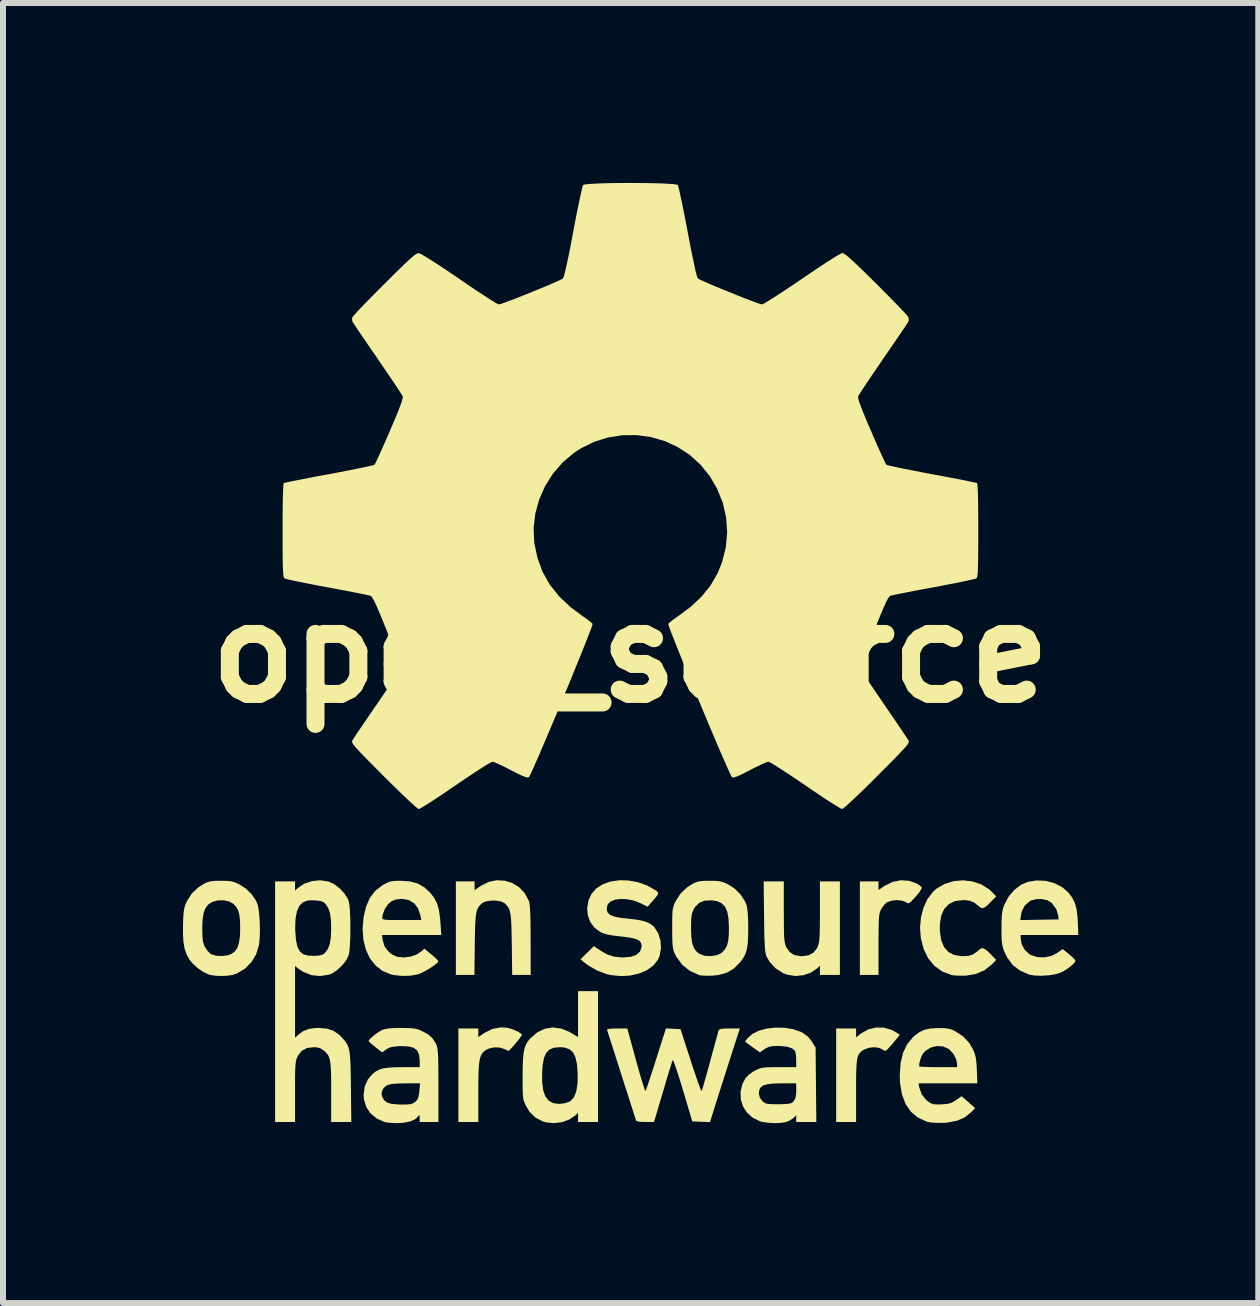
<source format=kicad_pcb>
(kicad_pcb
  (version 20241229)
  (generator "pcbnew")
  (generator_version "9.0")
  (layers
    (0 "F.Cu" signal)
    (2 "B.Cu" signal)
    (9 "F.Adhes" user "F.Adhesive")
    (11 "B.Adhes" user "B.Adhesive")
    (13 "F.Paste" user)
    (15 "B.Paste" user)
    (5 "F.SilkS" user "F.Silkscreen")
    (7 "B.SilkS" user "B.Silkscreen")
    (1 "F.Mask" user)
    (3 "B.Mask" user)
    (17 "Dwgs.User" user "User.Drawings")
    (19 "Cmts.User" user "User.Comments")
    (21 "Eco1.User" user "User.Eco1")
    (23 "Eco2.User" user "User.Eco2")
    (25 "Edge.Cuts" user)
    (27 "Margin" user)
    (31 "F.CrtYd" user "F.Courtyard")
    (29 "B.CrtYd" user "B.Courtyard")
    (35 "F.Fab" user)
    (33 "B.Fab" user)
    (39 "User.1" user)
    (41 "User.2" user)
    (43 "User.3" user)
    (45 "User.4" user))
  (footprint "open_source"
    (layer "F.Cu")
    (at 7.46 7.84)
    (property "Reference" "open_source" (at 0 0 0) (layer "F.SilkS") (effects (font (size 1.5 1.5) (thickness 0.3))))
    (attr board_only exclude_from_pos_files exclude_from_bom)
    (fp_poly (pts (xy 4.226 6.242) (xy 4.356 6.28) (xy 4.433 6.323) (xy 4.49 6.363) (xy 4.381 6.497) (xy 4.328 6.558) (xy 4.284 6.604) (xy 4.255 6.628) (xy 4.251 6.63) (xy 4.219 6.618) (xy 4.19 6.599) (xy 4.13 6.575) (xy 4.05 6.569) (xy 3.966 6.58) (xy 3.895 6.608) (xy 3.893 6.609) (xy 3.855 6.634) (xy 3.826 6.661) (xy 3.803 6.694) (xy 3.786 6.74) (xy 3.775 6.802) (xy 3.768 6.887) (xy 3.764 6.999) (xy 3.762 7.142) (xy 3.762 7.295) (xy 3.762 7.815) (xy 3.596 7.815) (xy 3.43 7.815) (xy 3.43 7.036) (xy 3.43 6.256) (xy 3.596 6.256) (xy 3.762 6.256) (xy 3.762 6.33) (xy 3.762 6.404) (xy 3.84 6.342) (xy 3.959 6.274) (xy 4.09 6.24)) (stroke (width 0) (type solid)) (fill yes) (layer "F.SilkS"))
    (fp_poly (pts (xy -2.053 6.244) (xy -1.993 6.26) (xy -1.926 6.285) (xy -1.865 6.315) (xy -1.822 6.343) (xy -1.808 6.362) (xy -1.821 6.385) (xy -1.853 6.429) (xy -1.897 6.484) (xy -1.945 6.54) (xy -1.99 6.59) (xy -2.022 6.622) (xy -2.034 6.63) (xy -2.06 6.62) (xy -2.099 6.599) (xy -2.179 6.574) (xy -2.273 6.571) (xy -2.364 6.592) (xy -2.401 6.61) (xy -2.44 6.637) (xy -2.471 6.669) (xy -2.494 6.711) (xy -2.511 6.767) (xy -2.523 6.842) (xy -2.53 6.942) (xy -2.534 7.071) (xy -2.536 7.235) (xy -2.536 7.317) (xy -2.536 7.815) (xy -2.702 7.815) (xy -2.868 7.815) (xy -2.868 7.036) (xy -2.868 6.256) (xy -2.702 6.256) (xy -2.536 6.256) (xy -2.536 6.328) (xy -2.536 6.399) (xy -2.432 6.329) (xy -2.299 6.263) (xy -2.157 6.238)) (stroke (width 0) (type solid)) (fill yes) (layer "F.SilkS"))
    (fp_poly (pts (xy 4.65 3.795) (xy 4.776 3.84) (xy 4.825 3.872) (xy 4.855 3.902) (xy 4.858 3.91) (xy 4.847 3.938) (xy 4.814 3.987) (xy 4.765 4.047) (xy 4.752 4.062) (xy 4.696 4.122) (xy 4.66 4.157) (xy 4.635 4.169) (xy 4.613 4.164) (xy 4.592 4.15) (xy 4.528 4.125) (xy 4.443 4.116) (xy 4.355 4.125) (xy 4.282 4.15) (xy 4.279 4.151) (xy 4.232 4.193) (xy 4.188 4.254) (xy 4.177 4.272) (xy 4.164 4.302) (xy 4.154 4.335) (xy 4.147 4.378) (xy 4.142 4.434) (xy 4.139 4.511) (xy 4.137 4.615) (xy 4.136 4.75) (xy 4.136 4.86) (xy 4.136 5.363) (xy 3.98 5.363) (xy 3.825 5.363) (xy 3.825 4.583) (xy 3.825 3.804) (xy 3.98 3.804) (xy 4.136 3.804) (xy 4.136 3.875) (xy 4.136 3.946) (xy 4.241 3.876) (xy 4.371 3.812) (xy 4.51 3.785)) (stroke (width 0) (type solid)) (fill yes) (layer "F.SilkS"))
    (fp_poly (pts (xy -2.098 3.792) (xy -1.971 3.831) (xy -1.856 3.901) (xy -1.763 3.999) (xy -1.696 4.123) (xy -1.693 4.131) (xy -1.683 4.169) (xy -1.676 4.229) (xy -1.671 4.315) (xy -1.667 4.431) (xy -1.665 4.58) (xy -1.664 4.766) (xy -1.664 4.786) (xy -1.663 5.363) (xy -1.817 5.363) (xy -1.971 5.363) (xy -1.978 4.848) (xy -1.981 4.677) (xy -1.984 4.542) (xy -1.99 4.438) (xy -1.998 4.359) (xy -2.01 4.3) (xy -2.026 4.255) (xy -2.048 4.22) (xy -2.077 4.188) (xy -2.099 4.167) (xy -2.155 4.139) (xy -2.234 4.125) (xy -2.323 4.124) (xy -2.405 4.136) (xy -2.466 4.162) (xy -2.473 4.167) (xy -2.507 4.2) (xy -2.533 4.232) (xy -2.553 4.27) (xy -2.568 4.32) (xy -2.578 4.385) (xy -2.585 4.473) (xy -2.59 4.588) (xy -2.593 4.735) (xy -2.595 4.848) (xy -2.601 5.363) (xy -2.756 5.363) (xy -2.91 5.363) (xy -2.91 4.583) (xy -2.91 3.804) (xy -2.754 3.804) (xy -2.598 3.804) (xy -2.598 3.877) (xy -2.598 3.95) (xy -2.494 3.878) (xy -2.366 3.813) (xy -2.232 3.785)) (stroke (width 0) (type solid)) (fill yes) (layer "F.SilkS"))
    (fp_poly (pts (xy 2.557 4.308) (xy 2.558 4.469) (xy 2.559 4.594) (xy 2.561 4.689) (xy 2.565 4.76) (xy 2.571 4.812) (xy 2.58 4.851) (xy 2.591 4.884) (xy 2.597 4.899) (xy 2.653 4.981) (xy 2.732 5.031) (xy 2.838 5.051) (xy 2.858 5.051) (xy 2.969 5.036) (xy 3.052 4.992) (xy 3.111 4.915) (xy 3.119 4.899) (xy 3.132 4.867) (xy 3.141 4.832) (xy 3.148 4.786) (xy 3.153 4.725) (xy 3.156 4.642) (xy 3.158 4.532) (xy 3.159 4.389) (xy 3.159 4.308) (xy 3.159 3.804) (xy 3.326 3.804) (xy 3.492 3.804) (xy 3.492 4.583) (xy 3.492 5.363) (xy 3.326 5.363) (xy 3.159 5.363) (xy 3.159 5.286) (xy 3.159 5.21) (xy 3.113 5.254) (xy 3.006 5.326) (xy 2.881 5.369) (xy 2.746 5.381) (xy 2.613 5.359) (xy 2.546 5.334) (xy 2.421 5.254) (xy 2.322 5.148) (xy 2.272 5.061) (xy 2.261 5.032) (xy 2.252 4.996) (xy 2.245 4.948) (xy 2.24 4.884) (xy 2.236 4.797) (xy 2.232 4.683) (xy 2.23 4.537) (xy 2.228 4.391) (xy 2.221 3.804) (xy 2.389 3.804) (xy 2.557 3.804)) (stroke (width 0) (type solid)) (fill yes) (layer "F.SilkS"))
    (fp_poly (pts (xy 5.7 3.804) (xy 5.847 3.853) (xy 5.976 3.933) (xy 6.027 3.98) (xy 6.098 4.053) (xy 6.016 4.138) (xy 5.95 4.204) (xy 5.902 4.24) (xy 5.864 4.25) (xy 5.829 4.236) (xy 5.802 4.213) (xy 5.733 4.158) (xy 5.663 4.128) (xy 5.577 4.116) (xy 5.54 4.116) (xy 5.412 4.132) (xy 5.309 4.181) (xy 5.232 4.262) (xy 5.182 4.374) (xy 5.159 4.516) (xy 5.159 4.636) (xy 5.181 4.784) (xy 5.229 4.899) (xy 5.302 4.982) (xy 5.401 5.032) (xy 5.527 5.051) (xy 5.538 5.051) (xy 5.635 5.045) (xy 5.708 5.023) (xy 5.775 4.978) (xy 5.802 4.953) (xy 5.84 4.924) (xy 5.875 4.917) (xy 5.914 4.934) (xy 5.967 4.979) (xy 6.016 5.028) (xy 6.098 5.113) (xy 6.027 5.187) (xy 5.904 5.284) (xy 5.759 5.347) (xy 5.592 5.375) (xy 5.573 5.376) (xy 5.487 5.376) (xy 5.409 5.373) (xy 5.355 5.366) (xy 5.352 5.365) (xy 5.197 5.305) (xy 5.068 5.212) (xy 4.965 5.088) (xy 4.889 4.934) (xy 4.842 4.752) (xy 4.841 4.746) (xy 4.828 4.572) (xy 4.844 4.4) (xy 4.887 4.239) (xy 4.954 4.096) (xy 5.043 3.978) (xy 5.102 3.925) (xy 5.238 3.846) (xy 5.388 3.8) (xy 5.545 3.786)) (stroke (width 0) (type solid)) (fill yes) (layer "F.SilkS"))
    (fp_poly (pts (xy -0.54 6.724) (xy -0.54 7.815) (xy -0.707 7.815) (xy -0.873 7.815) (xy -0.873 7.739) (xy -0.873 7.663) (xy -0.92 7.707) (xy -1.02 7.774) (xy -1.142 7.818) (xy -1.275 7.834) (xy -1.405 7.822) (xy -1.46 7.807) (xy -1.583 7.742) (xy -1.681 7.646) (xy -1.739 7.551) (xy -1.76 7.507) (xy -1.775 7.468) (xy -1.786 7.427) (xy -1.792 7.377) (xy -1.796 7.309) (xy -1.797 7.216) (xy -1.798 7.091) (xy -1.797 7.057) (xy -1.797 6.984) (xy -1.472 6.984) (xy -1.471 7.153) (xy -1.454 7.287) (xy -1.419 7.387) (xy -1.366 7.456) (xy -1.294 7.498) (xy -1.282 7.502) (xy -1.192 7.514) (xy -1.096 7.503) (xy -1.014 7.474) (xy -0.998 7.464) (xy -0.941 7.402) (xy -0.903 7.306) (xy -0.882 7.176) (xy -0.879 7.009) (xy -0.879 7.005) (xy -0.891 6.853) (xy -0.916 6.738) (xy -0.957 6.655) (xy -1.016 6.602) (xy -1.096 6.574) (xy -1.173 6.568) (xy -1.273 6.577) (xy -1.349 6.607) (xy -1.404 6.662) (xy -1.441 6.747) (xy -1.463 6.864) (xy -1.472 6.984) (xy -1.797 6.984) (xy -1.796 6.894) (xy -1.791 6.766) (xy -1.782 6.667) (xy -1.766 6.589) (xy -1.743 6.527) (xy -1.712 6.473) (xy -1.67 6.422) (xy -1.668 6.42) (xy -1.554 6.321) (xy -1.427 6.26) (xy -1.292 6.239) (xy -1.151 6.258) (xy -1.009 6.317) (xy -0.99 6.329) (xy -0.873 6.399) (xy -0.873 6.016) (xy -0.873 5.633) (xy -0.707 5.633) (xy -0.54 5.633)) (stroke (width 0) (type solid)) (fill yes) (layer "F.SilkS"))
    (fp_poly (pts (xy 6.924 3.795) (xy 7.069 3.834) (xy 7.198 3.9) (xy 7.297 3.985) (xy 7.363 4.071) (xy 7.408 4.159) (xy 7.437 4.262) (xy 7.453 4.388) (xy 7.458 4.474) (xy 7.467 4.698) (xy 6.986 4.698) (xy 6.506 4.698) (xy 6.506 4.761) (xy 6.525 4.857) (xy 6.576 4.948) (xy 6.651 5.018) (xy 6.676 5.032) (xy 6.787 5.067) (xy 6.909 5.07) (xy 7.029 5.041) (xy 7.115 4.996) (xy 7.206 4.932) (xy 7.312 5.017) (xy 7.367 5.065) (xy 7.405 5.104) (xy 7.419 5.127) (xy 7.404 5.158) (xy 7.361 5.202) (xy 7.3 5.25) (xy 7.232 5.295) (xy 7.173 5.325) (xy 7.085 5.352) (xy 6.973 5.37) (xy 6.853 5.377) (xy 6.74 5.374) (xy 6.65 5.358) (xy 6.641 5.356) (xy 6.492 5.289) (xy 6.373 5.197) (xy 6.282 5.075) (xy 6.231 4.969) (xy 6.211 4.914) (xy 6.198 4.859) (xy 6.19 4.793) (xy 6.186 4.708) (xy 6.186 4.591) (xy 6.186 4.583) (xy 6.187 4.465) (xy 6.188 4.449) (xy 6.5 4.449) (xy 6.82 4.443) (xy 7.14 4.438) (xy 7.132 4.375) (xy 7.099 4.265) (xy 7.026 4.167) (xy 7.017 4.158) (xy 6.948 4.118) (xy 6.857 4.098) (xy 6.762 4.1) (xy 6.677 4.124) (xy 6.658 4.134) (xy 6.574 4.207) (xy 6.525 4.301) (xy 6.512 4.365) (xy 6.5 4.449) (xy 6.188 4.449) (xy 6.191 4.377) (xy 6.199 4.31) (xy 6.212 4.253) (xy 6.233 4.195) (xy 6.235 4.189) (xy 6.304 4.059) (xy 6.399 3.947) (xy 6.511 3.861) (xy 6.621 3.813) (xy 6.771 3.788)) (stroke (width 0) (type solid)) (fill yes) (layer "F.SilkS"))
    (fp_poly (pts (xy -3.669 3.805) (xy -3.541 3.841) (xy -3.431 3.906) (xy -3.337 3.994) (xy -3.272 4.078) (xy -3.225 4.168) (xy -3.194 4.274) (xy -3.174 4.407) (xy -3.167 4.494) (xy -3.153 4.698) (xy -3.647 4.698) (xy -4.142 4.698) (xy -4.13 4.784) (xy -4.099 4.888) (xy -4.032 4.975) (xy -3.97 5.025) (xy -3.883 5.062) (xy -3.778 5.072) (xy -3.666 5.058) (xy -3.562 5.022) (xy -3.48 4.966) (xy -3.436 4.925) (xy -3.318 5.022) (xy -3.261 5.071) (xy -3.22 5.111) (xy -3.201 5.134) (xy -3.201 5.135) (xy -3.218 5.16) (xy -3.263 5.198) (xy -3.326 5.241) (xy -3.398 5.285) (xy -3.469 5.323) (xy -3.531 5.349) (xy -3.541 5.353) (xy -3.667 5.376) (xy -3.809 5.38) (xy -3.947 5.365) (xy -3.995 5.354) (xy -4.133 5.297) (xy -4.249 5.206) (xy -4.343 5.087) (xy -4.411 4.942) (xy -4.452 4.775) (xy -4.465 4.591) (xy -4.449 4.404) (xy -4.449 4.401) (xy -4.136 4.401) (xy -4.135 4.419) (xy -4.128 4.432) (xy -4.108 4.44) (xy -4.07 4.445) (xy -4.007 4.447) (xy -3.914 4.448) (xy -3.812 4.448) (xy -3.487 4.448) (xy -3.502 4.37) (xy -3.541 4.254) (xy -3.606 4.168) (xy -3.697 4.114) (xy -3.81 4.095) (xy -3.817 4.095) (xy -3.923 4.109) (xy -3.987 4.137) (xy -4.045 4.19) (xy -4.095 4.267) (xy -4.128 4.35) (xy -4.136 4.401) (xy -4.449 4.401) (xy -4.408 4.226) (xy -4.344 4.079) (xy -4.255 3.962) (xy -4.139 3.871) (xy -4.112 3.855) (xy -4.051 3.824) (xy -3.998 3.805) (xy -3.936 3.796) (xy -3.852 3.794) (xy -3.825 3.794)) (stroke (width 0) (type solid)) (fill yes) (layer "F.SilkS"))
    (fp_poly (pts (xy -0.031 3.789) (xy 0.124 3.817) (xy 0.276 3.871) (xy 0.416 3.95) (xy 0.421 3.953) (xy 0.45 3.976) (xy 0.463 3.997) (xy 0.456 4.024) (xy 0.427 4.065) (xy 0.374 4.127) (xy 0.356 4.147) (xy 0.287 4.226) (xy 0.169 4.168) (xy 0.06 4.125) (xy -0.052 4.102) (xy -0.159 4.096) (xy -0.254 4.108) (xy -0.329 4.137) (xy -0.376 4.183) (xy -0.386 4.208) (xy -0.395 4.273) (xy -0.38 4.324) (xy -0.34 4.362) (xy -0.269 4.391) (xy -0.164 4.411) (xy -0.037 4.425) (xy 0.112 4.443) (xy 0.227 4.467) (xy 0.313 4.5) (xy 0.376 4.544) (xy 0.398 4.565) (xy 0.464 4.671) (xy 0.502 4.795) (xy 0.509 4.925) (xy 0.485 5.05) (xy 0.457 5.113) (xy 0.381 5.208) (xy 0.274 5.285) (xy 0.143 5.34) (xy -0.006 5.374) (xy -0.164 5.383) (xy -0.326 5.366) (xy -0.393 5.351) (xy -0.548 5.293) (xy -0.696 5.21) (xy -0.765 5.159) (xy -0.833 5.103) (xy -0.721 4.993) (xy -0.61 4.883) (xy -0.501 4.956) (xy -0.389 5.021) (xy -0.279 5.057) (xy -0.155 5.071) (xy -0.119 5.072) (xy 0.008 5.06) (xy 0.102 5.027) (xy 0.162 4.971) (xy 0.186 4.894) (xy 0.187 4.877) (xy 0.178 4.83) (xy 0.148 4.793) (xy 0.093 4.765) (xy 0.007 4.744) (xy -0.115 4.727) (xy -0.159 4.722) (xy -0.288 4.707) (xy -0.384 4.69) (xy -0.458 4.668) (xy -0.498 4.65) (xy -0.599 4.577) (xy -0.671 4.479) (xy -0.712 4.364) (xy -0.721 4.24) (xy -0.697 4.114) (xy -0.649 4.012) (xy -0.568 3.92) (xy -0.46 3.851) (xy -0.33 3.806) (xy -0.185 3.785)) (stroke (width 0) (type solid)) (fill yes) (layer "F.SilkS"))
    (fp_poly (pts (xy 5.229 6.25) (xy 5.297 6.258) (xy 5.355 6.274) (xy 5.415 6.302) (xy 5.417 6.303) (xy 5.55 6.391) (xy 5.651 6.501) (xy 5.714 6.61) (xy 5.739 6.672) (xy 5.756 6.736) (xy 5.767 6.812) (xy 5.774 6.914) (xy 5.775 6.948) (xy 5.783 7.171) (xy 5.293 7.171) (xy 4.803 7.171) (xy 4.815 7.239) (xy 4.856 7.354) (xy 4.93 7.448) (xy 4.969 7.479) (xy 5.013 7.505) (xy 5.059 7.519) (xy 5.119 7.523) (xy 5.19 7.521) (xy 5.277 7.514) (xy 5.34 7.5) (xy 5.394 7.473) (xy 5.43 7.449) (xy 5.521 7.385) (xy 5.634 7.484) (xy 5.747 7.584) (xy 5.685 7.648) (xy 5.575 7.737) (xy 5.441 7.795) (xy 5.279 7.826) (xy 5.208 7.83) (xy 5.092 7.829) (xy 4.995 7.821) (xy 4.937 7.808) (xy 4.792 7.741) (xy 4.675 7.643) (xy 4.587 7.515) (xy 4.527 7.357) (xy 4.495 7.168) (xy 4.49 7.037) (xy 4.503 6.848) (xy 4.815 6.848) (xy 4.815 6.885) (xy 4.818 6.889) (xy 4.842 6.893) (xy 4.899 6.897) (xy 4.983 6.899) (xy 5.086 6.901) (xy 5.138 6.901) (xy 5.446 6.901) (xy 5.446 6.843) (xy 5.428 6.761) (xy 5.383 6.677) (xy 5.317 6.607) (xy 5.3 6.594) (xy 5.208 6.555) (xy 5.106 6.549) (xy 5.006 6.574) (xy 4.92 6.628) (xy 4.873 6.681) (xy 4.848 6.732) (xy 4.827 6.792) (xy 4.815 6.848) (xy 4.503 6.848) (xy 4.504 6.834) (xy 4.545 6.661) (xy 4.615 6.516) (xy 4.714 6.397) (xy 4.729 6.384) (xy 4.814 6.319) (xy 4.901 6.278) (xy 5.001 6.256) (xy 5.129 6.249) (xy 5.134 6.249)) (stroke (width 0) (type solid)) (fill yes) (layer "F.SilkS"))
    (fp_poly (pts (xy -6.731 3.795) (xy -6.66 3.802) (xy -6.601 3.817) (xy -6.539 3.844) (xy -6.52 3.853) (xy -6.414 3.922) (xy -6.319 4.014) (xy -6.246 4.118) (xy -6.214 4.194) (xy -6.198 4.273) (xy -6.186 4.38) (xy -6.179 4.503) (xy -6.177 4.631) (xy -6.181 4.751) (xy -6.191 4.85) (xy -6.193 4.867) (xy -6.239 5.017) (xy -6.317 5.148) (xy -6.423 5.256) (xy -6.549 5.334) (xy -6.627 5.362) (xy -6.71 5.376) (xy -6.813 5.381) (xy -6.918 5.377) (xy -7.005 5.364) (xy -7.018 5.361) (xy -7.113 5.319) (xy -7.213 5.251) (xy -7.302 5.17) (xy -7.351 5.108) (xy -7.399 5.023) (xy -7.432 4.927) (xy -7.452 4.813) (xy -7.46 4.673) (xy -7.459 4.583) (xy -7.138 4.583) (xy -7.136 4.691) (xy -7.132 4.767) (xy -7.122 4.823) (xy -7.106 4.87) (xy -7.092 4.9) (xy -7.052 4.96) (xy -7.005 5.007) (xy -6.989 5.018) (xy -6.913 5.042) (xy -6.819 5.049) (xy -6.723 5.038) (xy -6.661 5.018) (xy -6.598 4.975) (xy -6.554 4.913) (xy -6.525 4.825) (xy -6.509 4.707) (xy -6.506 4.586) (xy -6.509 4.455) (xy -6.52 4.357) (xy -6.542 4.283) (xy -6.576 4.224) (xy -6.617 4.18) (xy -6.688 4.139) (xy -6.781 4.119) (xy -6.88 4.121) (xy -6.97 4.146) (xy -6.972 4.147) (xy -7.037 4.189) (xy -7.084 4.247) (xy -7.115 4.327) (xy -7.132 4.435) (xy -7.138 4.577) (xy -7.138 4.583) (xy -7.459 4.583) (xy -7.459 4.511) (xy -7.454 4.397) (xy -7.448 4.315) (xy -7.438 4.253) (xy -7.423 4.201) (xy -7.401 4.149) (xy -7.393 4.132) (xy -7.311 4.004) (xy -7.2 3.9) (xy -7.103 3.84) (xy -7.05 3.816) (xy -6.993 3.802) (xy -6.92 3.795) (xy -6.828 3.794)) (stroke (width 0) (type solid)) (fill yes) (layer "F.SilkS"))
    (fp_poly (pts (xy 1.417 3.795) (xy 1.488 3.802) (xy 1.547 3.817) (xy 1.609 3.844) (xy 1.628 3.853) (xy 1.74 3.926) (xy 1.838 4.025) (xy 1.911 4.138) (xy 1.938 4.205) (xy 1.949 4.266) (xy 1.958 4.361) (xy 1.963 4.48) (xy 1.964 4.583) (xy 1.962 4.732) (xy 1.955 4.847) (xy 1.94 4.938) (xy 1.917 5.013) (xy 1.882 5.08) (xy 1.834 5.147) (xy 1.832 5.148) (xy 1.728 5.254) (xy 1.609 5.325) (xy 1.467 5.365) (xy 1.365 5.375) (xy 1.278 5.377) (xy 1.201 5.374) (xy 1.15 5.367) (xy 1.143 5.365) (xy 0.989 5.294) (xy 0.863 5.193) (xy 0.766 5.062) (xy 0.74 5.01) (xy 0.723 4.97) (xy 0.711 4.927) (xy 0.704 4.874) (xy 0.699 4.803) (xy 0.697 4.707) (xy 0.696 4.583) (xy 1.01 4.583) (xy 1.015 4.725) (xy 1.03 4.832) (xy 1.058 4.913) (xy 1.1 4.972) (xy 1.152 5.013) (xy 1.228 5.042) (xy 1.322 5.05) (xy 1.417 5.039) (xy 1.498 5.01) (xy 1.53 4.988) (xy 1.577 4.935) (xy 1.61 4.874) (xy 1.63 4.796) (xy 1.64 4.693) (xy 1.642 4.583) (xy 1.636 4.43) (xy 1.615 4.312) (xy 1.577 4.226) (xy 1.52 4.168) (xy 1.441 4.133) (xy 1.358 4.12) (xy 1.241 4.124) (xy 1.15 4.16) (xy 1.079 4.229) (xy 1.054 4.27) (xy 1.034 4.316) (xy 1.021 4.366) (xy 1.014 4.431) (xy 1.011 4.521) (xy 1.01 4.583) (xy 0.696 4.583) (xy 0.697 4.458) (xy 0.698 4.365) (xy 0.702 4.298) (xy 0.71 4.248) (xy 0.722 4.206) (xy 0.739 4.164) (xy 0.754 4.133) (xy 0.837 4.004) (xy 0.948 3.901) (xy 1.045 3.84) (xy 1.098 3.816) (xy 1.155 3.802) (xy 1.228 3.795) (xy 1.32 3.794)) (stroke (width 0) (type solid)) (fill yes) (layer "F.SilkS"))
    (fp_poly (pts (xy 2.567 6.244) (xy 2.712 6.268) (xy 2.845 6.314) (xy 2.868 6.325) (xy 2.963 6.395) (xy 3.024 6.474) (xy 3.087 6.575) (xy 3.093 7.195) (xy 3.099 7.815) (xy 2.932 7.815) (xy 2.764 7.815) (xy 2.764 7.76) (xy 2.764 7.704) (xy 2.716 7.75) (xy 2.66 7.788) (xy 2.596 7.816) (xy 2.511 7.83) (xy 2.404 7.834) (xy 2.292 7.828) (xy 2.194 7.813) (xy 2.166 7.806) (xy 2.043 7.747) (xy 1.945 7.662) (xy 1.877 7.556) (xy 1.84 7.436) (xy 1.837 7.345) (xy 2.141 7.345) (xy 2.158 7.409) (xy 2.202 7.47) (xy 2.252 7.505) (xy 2.292 7.513) (xy 2.362 7.518) (xy 2.448 7.519) (xy 2.491 7.519) (xy 2.584 7.516) (xy 2.645 7.51) (xy 2.683 7.5) (xy 2.709 7.483) (xy 2.725 7.465) (xy 2.751 7.416) (xy 2.763 7.345) (xy 2.764 7.293) (xy 2.764 7.171) (xy 2.524 7.171) (xy 2.386 7.174) (xy 2.283 7.186) (xy 2.212 7.207) (xy 2.168 7.241) (xy 2.146 7.29) (xy 2.141 7.345) (xy 1.837 7.345) (xy 1.836 7.308) (xy 1.868 7.18) (xy 1.917 7.086) (xy 1.968 7.031) (xy 2.041 6.978) (xy 2.077 6.958) (xy 2.125 6.935) (xy 2.168 6.919) (xy 2.215 6.909) (xy 2.275 6.904) (xy 2.359 6.901) (xy 2.474 6.901) (xy 2.477 6.901) (xy 2.764 6.901) (xy 2.764 6.785) (xy 2.761 6.713) (xy 2.752 6.654) (xy 2.744 6.631) (xy 2.699 6.589) (xy 2.616 6.561) (xy 2.499 6.548) (xy 2.453 6.547) (xy 2.367 6.551) (xy 2.307 6.563) (xy 2.255 6.588) (xy 2.235 6.601) (xy 2.157 6.654) (xy 2.081 6.6) (xy 2.022 6.558) (xy 1.968 6.518) (xy 1.958 6.51) (xy 1.91 6.473) (xy 1.953 6.418) (xy 2.033 6.347) (xy 2.143 6.293) (xy 2.275 6.257) (xy 2.419 6.241)) (stroke (width 0) (type solid)) (fill yes) (layer "F.SilkS"))
    (fp_poly (pts (xy 0.714 6.261) (xy 0.835 6.267) (xy 1.005 6.791) (xy 1.05 6.929) (xy 1.092 7.053) (xy 1.128 7.157) (xy 1.157 7.236) (xy 1.177 7.285) (xy 1.187 7.3) (xy 1.195 7.277) (xy 1.213 7.219) (xy 1.238 7.132) (xy 1.269 7.023) (xy 1.304 6.896) (xy 1.328 6.807) (xy 1.365 6.671) (xy 1.399 6.547) (xy 1.428 6.441) (xy 1.45 6.359) (xy 1.464 6.307) (xy 1.468 6.293) (xy 1.479 6.275) (xy 1.505 6.264) (xy 1.555 6.258) (xy 1.636 6.256) (xy 1.651 6.256) (xy 1.824 6.256) (xy 1.628 6.864) (xy 1.577 7.026) (xy 1.527 7.182) (xy 1.48 7.328) (xy 1.439 7.457) (xy 1.407 7.56) (xy 1.384 7.633) (xy 1.38 7.645) (xy 1.327 7.817) (xy 1.179 7.811) (xy 1.031 7.805) (xy 0.875 7.281) (xy 0.833 7.142) (xy 0.794 7.019) (xy 0.76 6.917) (xy 0.733 6.84) (xy 0.714 6.793) (xy 0.705 6.782) (xy 0.695 6.808) (xy 0.676 6.869) (xy 0.649 6.957) (xy 0.615 7.066) (xy 0.578 7.191) (xy 0.563 7.244) (xy 0.524 7.376) (xy 0.487 7.499) (xy 0.456 7.604) (xy 0.431 7.687) (xy 0.416 7.738) (xy 0.413 7.748) (xy 0.392 7.815) (xy 0.247 7.815) (xy 0.156 7.812) (xy 0.105 7.8) (xy 0.093 7.789) (xy 0.085 7.764) (xy 0.066 7.704) (xy 0.037 7.613) (xy -0.000461 7.497) (xy -0.044 7.359) (xy -0.094 7.205) (xy -0.147 7.038) (xy -0.148 7.036) (xy -0.201 6.869) (xy -0.25 6.715) (xy -0.294 6.577) (xy -0.332 6.46) (xy -0.361 6.369) (xy -0.381 6.308) (xy -0.389 6.283) (xy -0.39 6.282) (xy -0.384 6.269) (xy -0.35 6.261) (xy -0.284 6.257) (xy -0.226 6.256) (xy -0.052 6.256) (xy 0.093 6.786) (xy 0.132 6.926) (xy 0.168 7.051) (xy 0.2 7.156) (xy 0.225 7.236) (xy 0.243 7.286) (xy 0.251 7.3) (xy 0.261 7.277) (xy 0.281 7.22) (xy 0.31 7.134) (xy 0.346 7.024) (xy 0.388 6.896) (xy 0.428 6.77) (xy 0.592 6.255)) (stroke (width 0) (type solid)) (fill yes) (layer "F.SilkS"))
    (fp_poly (pts (xy -3.713 6.249) (xy -3.633 6.253) (xy -3.572 6.263) (xy -3.519 6.279) (xy -3.482 6.295) (xy -3.376 6.352) (xy -3.301 6.418) (xy -3.247 6.502) (xy -3.24 6.516) (xy -3.229 6.544) (xy -3.22 6.576) (xy -3.214 6.618) (xy -3.209 6.675) (xy -3.205 6.751) (xy -3.203 6.853) (xy -3.202 6.984) (xy -3.201 7.151) (xy -3.201 7.207) (xy -3.201 7.815) (xy -3.357 7.815) (xy -3.513 7.815) (xy -3.513 7.748) (xy -3.516 7.705) (xy -3.524 7.7) (xy -3.536 7.719) (xy -3.587 7.768) (xy -3.671 7.806) (xy -3.78 7.828) (xy -3.887 7.834) (xy -3.971 7.831) (xy -4.045 7.825) (xy -4.093 7.817) (xy -4.095 7.817) (xy -4.229 7.757) (xy -4.333 7.672) (xy -4.406 7.563) (xy -4.443 7.435) (xy -4.448 7.364) (xy -4.444 7.336) (xy -4.15 7.336) (xy -4.14 7.389) (xy -4.135 7.402) (xy -4.103 7.455) (xy -4.055 7.491) (xy -3.983 7.513) (xy -3.88 7.522) (xy -3.821 7.524) (xy -3.73 7.523) (xy -3.669 7.518) (xy -3.628 7.506) (xy -3.596 7.486) (xy -3.585 7.477) (xy -3.552 7.442) (xy -3.533 7.395) (xy -3.521 7.325) (xy -3.519 7.301) (xy -3.507 7.171) (xy -3.754 7.171) (xy -3.883 7.174) (xy -3.977 7.181) (xy -4.043 7.197) (xy -4.088 7.222) (xy -4.12 7.258) (xy -4.133 7.282) (xy -4.15 7.336) (xy -4.444 7.336) (xy -4.43 7.223) (xy -4.376 7.103) (xy -4.296 7.011) (xy -4.243 6.97) (xy -4.185 6.94) (xy -4.115 6.92) (xy -4.026 6.908) (xy -3.909 6.902) (xy -3.788 6.901) (xy -3.513 6.901) (xy -3.513 6.791) (xy -3.523 6.694) (xy -3.556 6.623) (xy -3.616 6.577) (xy -3.706 6.554) (xy -3.83 6.55) (xy -3.854 6.551) (xy -3.947 6.559) (xy -4.012 6.573) (xy -4.062 6.598) (xy -4.074 6.607) (xy -4.139 6.654) (xy -4.252 6.567) (xy -4.308 6.521) (xy -4.349 6.484) (xy -4.365 6.464) (xy -4.365 6.464) (xy -4.349 6.438) (xy -4.308 6.398) (xy -4.253 6.353) (xy -4.193 6.311) (xy -4.14 6.281) (xy -4.138 6.28) (xy -4.085 6.264) (xy -4.012 6.253) (xy -3.91 6.248) (xy -3.825 6.247)) (stroke (width 0) (type solid)) (fill yes) (layer "F.SilkS"))
    (fp_poly (pts (xy -5.037 3.805) (xy -4.943 3.848) (xy -4.849 3.918) (xy -4.769 4.004) (xy -4.711 4.095) (xy -4.696 4.136) (xy -4.684 4.199) (xy -4.676 4.294) (xy -4.671 4.411) (xy -4.669 4.541) (xy -4.669 4.674) (xy -4.673 4.8) (xy -4.679 4.91) (xy -4.688 4.995) (xy -4.696 5.03) (xy -4.735 5.114) (xy -4.803 5.201) (xy -4.886 5.279) (xy -4.973 5.338) (xy -5.022 5.358) (xy -5.172 5.382) (xy -5.318 5.367) (xy -5.454 5.313) (xy -5.519 5.271) (xy -5.591 5.215) (xy -5.591 5.812) (xy -5.591 6.409) (xy -5.545 6.366) (xy -5.459 6.302) (xy -5.365 6.264) (xy -5.25 6.248) (xy -5.196 6.247) (xy -5.061 6.258) (xy -4.952 6.294) (xy -4.857 6.359) (xy -4.802 6.415) (xy -4.765 6.458) (xy -4.735 6.499) (xy -4.712 6.541) (xy -4.695 6.59) (xy -4.682 6.652) (xy -4.674 6.731) (xy -4.668 6.834) (xy -4.664 6.965) (xy -4.661 7.13) (xy -4.66 7.228) (xy -4.653 7.815) (xy -4.821 7.815) (xy -4.989 7.815) (xy -4.989 7.316) (xy -4.989 7.143) (xy -4.991 7.006) (xy -4.996 6.9) (xy -5.004 6.819) (xy -5.016 6.758) (xy -5.034 6.712) (xy -5.059 6.676) (xy -5.091 6.643) (xy -5.112 6.624) (xy -5.168 6.587) (xy -5.229 6.571) (xy -5.283 6.568) (xy -5.394 6.583) (xy -5.478 6.628) (xy -5.541 6.707) (xy -5.55 6.725) (xy -5.563 6.755) (xy -5.573 6.788) (xy -5.58 6.83) (xy -5.586 6.887) (xy -5.589 6.964) (xy -5.591 7.067) (xy -5.591 7.203) (xy -5.591 7.313) (xy -5.591 7.815) (xy -5.758 7.815) (xy -5.924 7.815) (xy -5.924 5.81) (xy -5.924 4.59) (xy -5.589 4.59) (xy -5.587 4.644) (xy -5.575 4.788) (xy -5.551 4.896) (xy -5.511 4.972) (xy -5.453 5.019) (xy -5.373 5.042) (xy -5.268 5.045) (xy -5.261 5.045) (xy -5.184 5.039) (xy -5.135 5.026) (xy -5.099 5.002) (xy -5.08 4.982) (xy -5.038 4.918) (xy -5.01 4.838) (xy -4.994 4.732) (xy -4.989 4.595) (xy -4.989 4.583) (xy -4.993 4.443) (xy -5.008 4.335) (xy -5.036 4.253) (xy -5.077 4.189) (xy -5.08 4.184) (xy -5.114 4.152) (xy -5.154 4.134) (xy -5.215 4.124) (xy -5.261 4.121) (xy -5.346 4.119) (xy -5.405 4.129) (xy -5.455 4.152) (xy -5.461 4.155) (xy -5.52 4.214) (xy -5.561 4.305) (xy -5.584 4.43) (xy -5.589 4.59) (xy -5.924 4.59) (xy -5.924 3.804) (xy -5.758 3.804) (xy -5.591 3.804) (xy -5.591 3.88) (xy -5.591 3.957) (xy -5.545 3.914) (xy -5.438 3.842) (xy -5.309 3.799) (xy -5.172 3.785)) (stroke (width 0) (type solid)) (fill yes) (layer "F.SilkS"))
    (fp_poly (pts (xy 0.115 -7.839) (xy 0.269 -7.838) (xy 0.413 -7.835) (xy 0.542 -7.831) (xy 0.65 -7.825) (xy 0.731 -7.819) (xy 0.779 -7.811) (xy 0.789 -7.806) (xy 0.798 -7.779) (xy 0.814 -7.717) (xy 0.835 -7.622) (xy 0.861 -7.501) (xy 0.89 -7.359) (xy 0.921 -7.199) (xy 0.954 -7.027) (xy 0.954 -7.026) (xy 0.993 -6.82) (xy 1.029 -6.641) (xy 1.06 -6.493) (xy 1.085 -6.377) (xy 1.106 -6.297) (xy 1.12 -6.254) (xy 1.124 -6.249) (xy 1.152 -6.232) (xy 1.213 -6.204) (xy 1.3 -6.165) (xy 1.406 -6.12) (xy 1.525 -6.071) (xy 1.652 -6.019) (xy 1.778 -5.968) (xy 1.898 -5.92) (xy 2.007 -5.879) (xy 2.096 -5.846) (xy 2.16 -5.823) (xy 2.193 -5.815) (xy 2.193 -5.815) (xy 2.22 -5.826) (xy 2.276 -5.859) (xy 2.358 -5.91) (xy 2.462 -5.976) (xy 2.584 -6.056) (xy 2.719 -6.147) (xy 2.861 -6.243) (xy 3.024 -6.354) (xy 3.17 -6.452) (xy 3.296 -6.534) (xy 3.399 -6.599) (xy 3.475 -6.644) (xy 3.523 -6.668) (xy 3.535 -6.672) (xy 3.558 -6.663) (xy 3.598 -6.635) (xy 3.656 -6.586) (xy 3.735 -6.514) (xy 3.837 -6.417) (xy 3.964 -6.293) (xy 4.101 -6.158) (xy 4.222 -6.036) (xy 4.334 -5.923) (xy 4.434 -5.821) (xy 4.517 -5.734) (xy 4.581 -5.666) (xy 4.621 -5.62) (xy 4.635 -5.602) (xy 4.641 -5.553) (xy 4.634 -5.528) (xy 4.619 -5.504) (xy 4.583 -5.449) (xy 4.529 -5.369) (xy 4.46 -5.268) (xy 4.379 -5.149) (xy 4.288 -5.017) (xy 4.218 -4.915) (xy 4.123 -4.775) (xy 4.034 -4.645) (xy 3.956 -4.529) (xy 3.89 -4.431) (xy 3.84 -4.355) (xy 3.809 -4.306) (xy 3.799 -4.29) (xy 3.796 -4.27) (xy 3.801 -4.238) (xy 3.815 -4.188) (xy 3.84 -4.118) (xy 3.877 -4.023) (xy 3.928 -3.899) (xy 3.995 -3.742) (xy 4.012 -3.704) (xy 4.072 -3.563) (xy 4.129 -3.434) (xy 4.179 -3.323) (xy 4.22 -3.234) (xy 4.25 -3.172) (xy 4.267 -3.143) (xy 4.268 -3.142) (xy 4.294 -3.133) (xy 4.355 -3.119) (xy 4.448 -3.099) (xy 4.567 -3.074) (xy 4.709 -3.046) (xy 4.867 -3.015) (xy 5.026 -2.985) (xy 5.195 -2.954) (xy 5.352 -2.924) (xy 5.492 -2.897) (xy 5.609 -2.874) (xy 5.699 -2.855) (xy 5.758 -2.843) (xy 5.779 -2.837) (xy 5.784 -2.813) (xy 5.789 -2.751) (xy 5.793 -2.653) (xy 5.796 -2.522) (xy 5.798 -2.361) (xy 5.799 -2.174) (xy 5.799 -2.049) (xy 5.799 -1.842) (xy 5.798 -1.672) (xy 5.796 -1.537) (xy 5.794 -1.433) (xy 5.791 -1.356) (xy 5.786 -1.303) (xy 5.78 -1.269) (xy 5.773 -1.252) (xy 5.771 -1.25) (xy 5.744 -1.24) (xy 5.682 -1.225) (xy 5.588 -1.204) (xy 5.469 -1.179) (xy 5.329 -1.152) (xy 5.173 -1.122) (xy 5.059 -1.1) (xy 4.894 -1.07) (xy 4.741 -1.041) (xy 4.604 -1.014) (xy 4.49 -0.992) (xy 4.403 -0.974) (xy 4.348 -0.961) (xy 4.331 -0.957) (xy 4.314 -0.942) (xy 4.292 -0.908) (xy 4.262 -0.851) (xy 4.224 -0.767) (xy 4.176 -0.654) (xy 4.116 -0.508) (xy 4.054 -0.355) (xy 3.996 -0.208) (xy 3.944 -0.072) (xy 3.899 0.047) (xy 3.865 0.145) (xy 3.842 0.216) (xy 3.832 0.255) (xy 3.832 0.261) (xy 3.847 0.285) (xy 3.882 0.34) (xy 3.935 0.419) (xy 4.003 0.52) (xy 4.083 0.638) (xy 4.172 0.769) (xy 4.226 0.848) (xy 4.32 0.985) (xy 4.407 1.112) (xy 4.484 1.226) (xy 4.549 1.322) (xy 4.597 1.394) (xy 4.627 1.44) (xy 4.634 1.452) (xy 4.64 1.466) (xy 4.64 1.482) (xy 4.632 1.502) (xy 4.613 1.531) (xy 4.581 1.57) (xy 4.532 1.623) (xy 4.465 1.693) (xy 4.377 1.784) (xy 4.265 1.897) (xy 4.126 2.036) (xy 4.113 2.05) (xy 3.983 2.179) (xy 3.863 2.297) (xy 3.756 2.399) (xy 3.666 2.483) (xy 3.596 2.547) (xy 3.549 2.586) (xy 3.528 2.598) (xy 3.503 2.587) (xy 3.448 2.554) (xy 3.367 2.504) (xy 3.264 2.438) (xy 3.145 2.359) (xy 3.013 2.27) (xy 2.916 2.203) (xy 2.778 2.109) (xy 2.649 2.023) (xy 2.534 1.948) (xy 2.437 1.886) (xy 2.363 1.84) (xy 2.316 1.814) (xy 2.301 1.808) (xy 2.269 1.818) (xy 2.208 1.843) (xy 2.126 1.882) (xy 2.031 1.929) (xy 1.994 1.949) (xy 1.881 2.006) (xy 1.8 2.045) (xy 1.744 2.066) (xy 1.709 2.072) (xy 1.694 2.068) (xy 1.68 2.046) (xy 1.653 1.989) (xy 1.613 1.901) (xy 1.563 1.787) (xy 1.503 1.65) (xy 1.436 1.494) (xy 1.364 1.323) (xy 1.287 1.141) (xy 1.208 0.952) (xy 1.128 0.76) (xy 1.048 0.568) (xy 0.971 0.381) (xy 0.898 0.202) (xy 0.831 0.035) (xy 0.77 -0.115) (xy 0.719 -0.246) (xy 0.677 -0.352) (xy 0.648 -0.431) (xy 0.633 -0.477) (xy 0.631 -0.488) (xy 0.652 -0.511) (xy 0.699 -0.549) (xy 0.763 -0.596) (xy 0.783 -0.609) (xy 1.004 -0.773) (xy 1.188 -0.946) (xy 1.336 -1.13) (xy 1.452 -1.331) (xy 1.527 -1.516) (xy 1.59 -1.764) (xy 1.613 -2.015) (xy 1.595 -2.265) (xy 1.539 -2.51) (xy 1.443 -2.747) (xy 1.323 -2.952) (xy 1.167 -3.145) (xy 0.986 -3.308) (xy 0.785 -3.439) (xy 0.569 -3.538) (xy 0.34 -3.604) (xy 0.104 -3.636) (xy -0.135 -3.634) (xy -0.373 -3.597) (xy -0.605 -3.524) (xy -0.828 -3.414) (xy -0.944 -3.338) (xy -1.13 -3.181) (xy -1.29 -2.996) (xy -1.421 -2.789) (xy -1.52 -2.566) (xy -1.585 -2.332) (xy -1.614 -2.092) (xy -1.604 -1.852) (xy -1.602 -1.836) (xy -1.549 -1.585) (xy -1.464 -1.355) (xy -1.344 -1.143) (xy -1.188 -0.947) (xy -0.994 -0.765) (xy -0.783 -0.609) (xy -0.716 -0.562) (xy -0.663 -0.521) (xy -0.634 -0.493) (xy -0.631 -0.488) (xy -0.637 -0.464) (xy -0.657 -0.406) (xy -0.691 -0.317) (xy -0.736 -0.202) (xy -0.791 -0.064) (xy -0.854 0.093) (xy -0.924 0.264) (xy -0.998 0.447) (xy -1.077 0.636) (xy -1.156 0.829) (xy -1.236 1.021) (xy -1.315 1.208) (xy -1.39 1.386) (xy -1.461 1.552) (xy -1.525 1.702) (xy -1.582 1.831) (xy -1.628 1.936) (xy -1.664 2.013) (xy -1.687 2.058) (xy -1.694 2.068) (xy -1.717 2.072) (xy -1.757 2.062) (xy -1.82 2.036) (xy -1.91 1.992) (xy -1.994 1.949) (xy -2.092 1.898) (xy -2.18 1.856) (xy -2.249 1.825) (xy -2.293 1.81) (xy -2.301 1.808) (xy -2.327 1.82) (xy -2.383 1.852) (xy -2.465 1.903) (xy -2.567 1.969) (xy -2.687 2.048) (xy -2.819 2.137) (xy -2.916 2.203) (xy -3.054 2.297) (xy -3.183 2.384) (xy -3.297 2.459) (xy -3.393 2.521) (xy -3.467 2.566) (xy -3.514 2.593) (xy -3.528 2.598) (xy -3.552 2.584) (xy -3.601 2.543) (xy -3.672 2.478) (xy -3.764 2.392) (xy -3.871 2.288) (xy -3.992 2.17) (xy -4.113 2.05) (xy -4.254 1.908) (xy -4.368 1.793) (xy -4.459 1.7) (xy -4.527 1.629) (xy -4.577 1.574) (xy -4.61 1.534) (xy -4.63 1.504) (xy -4.639 1.483) (xy -4.64 1.467) (xy -4.635 1.453) (xy -4.634 1.452) (xy -4.616 1.423) (xy -4.578 1.365) (xy -4.522 1.281) (xy -4.451 1.177) (xy -4.369 1.057) (xy -4.279 0.925) (xy -4.226 0.848) (xy -4.133 0.712) (xy -4.048 0.587) (xy -3.973 0.475) (xy -3.911 0.383) (xy -3.865 0.313) (xy -3.838 0.271) (xy -3.832 0.261) (xy -3.837 0.234) (xy -3.855 0.174) (xy -3.886 0.085) (xy -3.927 -0.027) (xy -3.976 -0.157) (xy -4.032 -0.301) (xy -4.054 -0.355) (xy -4.125 -0.532) (xy -4.183 -0.672) (xy -4.23 -0.781) (xy -4.267 -0.86) (xy -4.296 -0.914) (xy -4.317 -0.945) (xy -4.331 -0.957) (xy -4.362 -0.965) (xy -4.428 -0.979) (xy -4.525 -0.999) (xy -4.647 -1.023) (xy -4.79 -1.05) (xy -4.948 -1.08) (xy -5.059 -1.1) (xy -5.223 -1.131) (xy -5.375 -1.161) (xy -5.509 -1.188) (xy -5.621 -1.211) (xy -5.705 -1.23) (xy -5.757 -1.244) (xy -5.771 -1.25) (xy -5.779 -1.263) (xy -5.785 -1.291) (xy -5.789 -1.339) (xy -5.793 -1.409) (xy -5.796 -1.505) (xy -5.798 -1.631) (xy -5.799 -1.79) (xy -5.799 -1.986) (xy -5.799 -2.049) (xy -5.799 -2.251) (xy -5.797 -2.428) (xy -5.795 -2.577) (xy -5.791 -2.695) (xy -5.787 -2.78) (xy -5.783 -2.827) (xy -5.779 -2.837) (xy -5.755 -2.843) (xy -5.694 -2.856) (xy -5.602 -2.875) (xy -5.484 -2.898) (xy -5.343 -2.926) (xy -5.185 -2.956) (xy -5.026 -2.985) (xy -4.856 -3.017) (xy -4.699 -3.048) (xy -4.559 -3.076) (xy -4.441 -3.1) (xy -4.35 -3.12) (xy -4.291 -3.134) (xy -4.268 -3.142) (xy -4.254 -3.165) (xy -4.226 -3.222) (xy -4.186 -3.307) (xy -4.138 -3.415) (xy -4.082 -3.541) (xy -4.021 -3.681) (xy -4.012 -3.704) (xy -3.941 -3.868) (xy -3.887 -3.999) (xy -3.847 -4.1) (xy -3.819 -4.175) (xy -3.803 -4.229) (xy -3.796 -4.264) (xy -3.798 -4.287) (xy -3.799 -4.29) (xy -3.816 -4.317) (xy -3.853 -4.374) (xy -3.907 -4.457) (xy -3.977 -4.56) (xy -4.059 -4.681) (xy -4.15 -4.814) (xy -4.218 -4.915) (xy -4.314 -5.054) (xy -4.402 -5.183) (xy -4.48 -5.297) (xy -4.545 -5.393) (xy -4.594 -5.467) (xy -4.625 -5.513) (xy -4.634 -5.528) (xy -4.641 -5.573) (xy -4.635 -5.602) (xy -4.616 -5.626) (xy -4.572 -5.675) (xy -4.505 -5.747) (xy -4.419 -5.836) (xy -4.317 -5.94) (xy -4.203 -6.056) (xy -4.098 -6.16) (xy -3.96 -6.298) (xy -3.847 -6.409) (xy -3.757 -6.496) (xy -3.687 -6.562) (xy -3.634 -6.609) (xy -3.594 -6.64) (xy -3.565 -6.659) (xy -3.542 -6.667) (xy -3.524 -6.668) (xy -3.52 -6.668) (xy -3.489 -6.654) (xy -3.429 -6.619) (xy -3.343 -6.566) (xy -3.237 -6.498) (xy -3.113 -6.416) (xy -2.977 -6.325) (xy -2.848 -6.237) (xy -2.705 -6.139) (xy -2.572 -6.049) (xy -2.452 -5.971) (xy -2.35 -5.905) (xy -2.27 -5.855) (xy -2.216 -5.824) (xy -2.193 -5.815) (xy -2.162 -5.823) (xy -2.1 -5.844) (xy -2.011 -5.877) (xy -1.904 -5.918) (xy -1.784 -5.966) (xy -1.658 -6.016) (xy -1.531 -6.068) (xy -1.411 -6.118) (xy -1.305 -6.163) (xy -1.217 -6.202) (xy -1.155 -6.231) (xy -1.124 -6.248) (xy -1.124 -6.249) (xy -1.112 -6.277) (xy -1.094 -6.343) (xy -1.07 -6.446) (xy -1.04 -6.583) (xy -1.006 -6.751) (xy -0.968 -6.948) (xy -0.954 -7.026) (xy -0.921 -7.198) (xy -0.89 -7.358) (xy -0.861 -7.501) (xy -0.835 -7.622) (xy -0.814 -7.716) (xy -0.798 -7.779) (xy -0.789 -7.806) (xy -0.789 -7.806) (xy -0.761 -7.815) (xy -0.698 -7.822) (xy -0.604 -7.828) (xy -0.487 -7.833) (xy -0.35 -7.837) (xy -0.201 -7.839) (xy -0.044 -7.84)) (stroke (width 0) (type solid)) (fill yes) (layer "F.SilkS")))
  (gr_rect
    (start -3 -3)
    (end 17.927 18.674)
    (stroke (width 0.1) (type default))
    (fill no)
    (layer "Edge.Cuts")))
</source>
